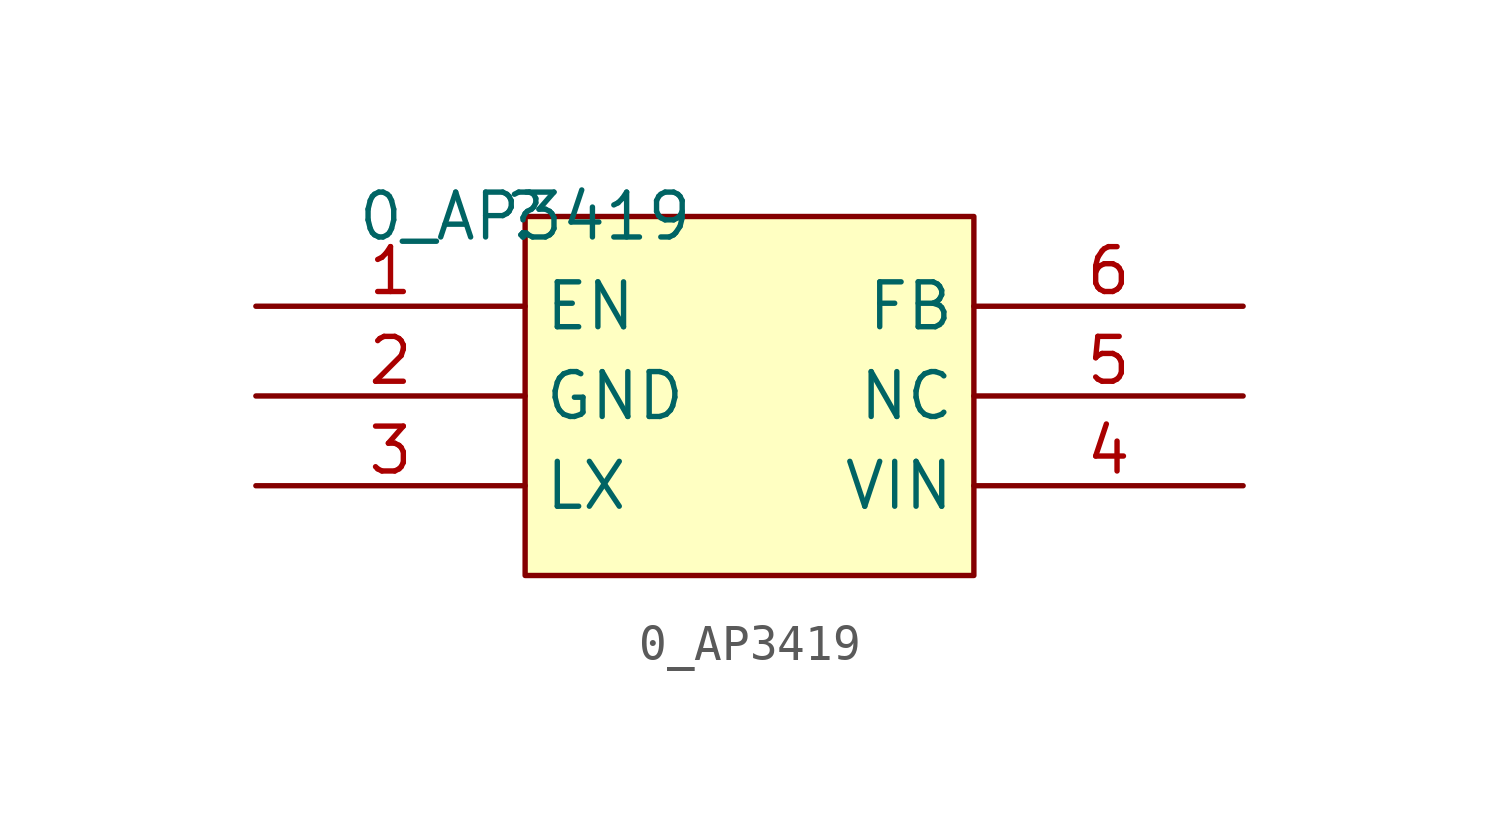
<source format=kicad_sym>
(kicad_symbol_lib
  (version 20211014)
  (generator kicad_symbol_editor)
  (symbol "pynqsdr-altium-import:0_AP3419"
    (property "Reference" ""
      (at 0 0 0)
      (effects (font (size 1.27 1.27))))
    (property "Value" "0_AP3419"
      (at 0 0 0)
      (effects (font (size 1.27 1.27))))
    (symbol "0_AP3419_1_0"
      (rectangle (start 12.7 0) (end 0 -10.16) (stroke (width 0) (type default) (color 0 0 0 0)) (fill (type background)))
      (pin passive line (at 20.32 -2.54 180) (length 7.62) (name "FB" (effects (font (size 1.27 1.27)))) (number "6" (effects (font (size 1.27 1.27)))))
      (pin passive line (at -7.62 -2.54 0) (length 7.62) (name "EN" (effects (font (size 1.27 1.27)))) (number "1" (effects (font (size 1.27 1.27)))))
      (pin passive line (at -7.62 -5.08 0) (length 7.62) (name "GND" (effects (font (size 1.27 1.27)))) (number "2" (effects (font (size 1.27 1.27)))))
      (pin passive line (at -7.62 -7.62 0) (length 7.62) (name "LX" (effects (font (size 1.27 1.27)))) (number "3" (effects (font (size 1.27 1.27)))))
      (pin passive line (at 20.32 -7.62 180) (length 7.62) (name "VIN" (effects (font (size 1.27 1.27)))) (number "4" (effects (font (size 1.27 1.27)))))
      (pin passive line (at 20.32 -5.08 180) (length 7.62) (name "NC" (effects (font (size 1.27 1.27)))) (number "5" (effects (font (size 1.27 1.27))))))))
</source>
